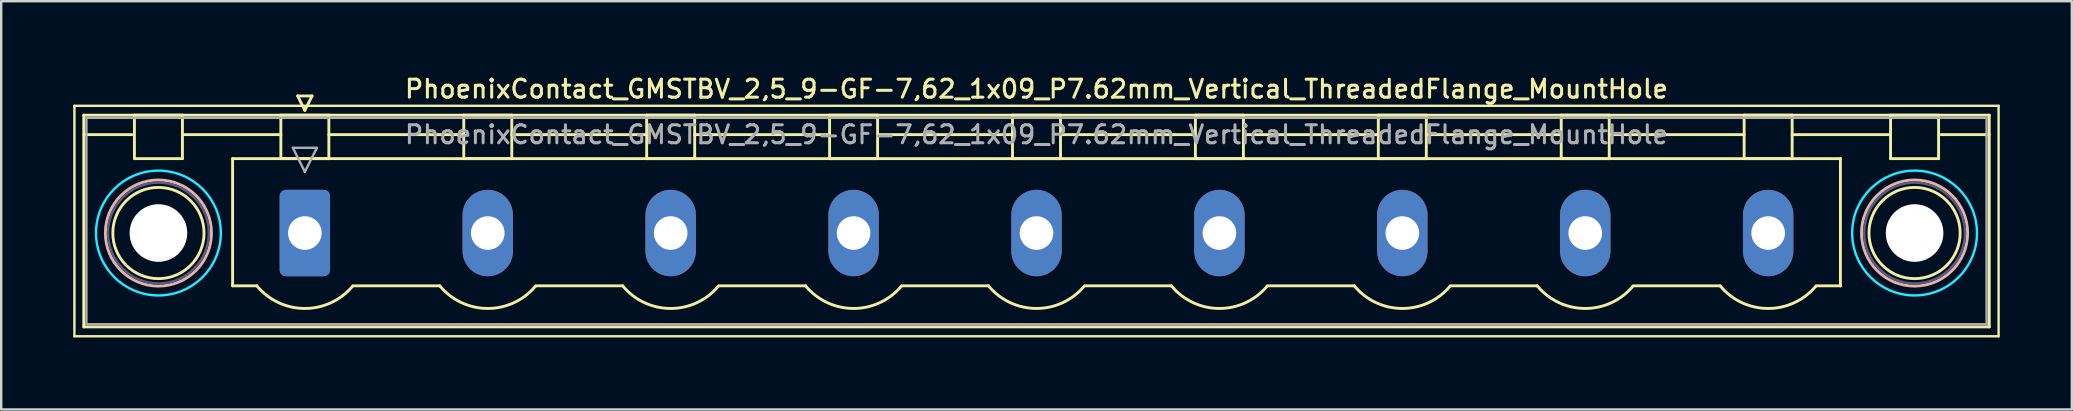
<source format=kicad_pcb>
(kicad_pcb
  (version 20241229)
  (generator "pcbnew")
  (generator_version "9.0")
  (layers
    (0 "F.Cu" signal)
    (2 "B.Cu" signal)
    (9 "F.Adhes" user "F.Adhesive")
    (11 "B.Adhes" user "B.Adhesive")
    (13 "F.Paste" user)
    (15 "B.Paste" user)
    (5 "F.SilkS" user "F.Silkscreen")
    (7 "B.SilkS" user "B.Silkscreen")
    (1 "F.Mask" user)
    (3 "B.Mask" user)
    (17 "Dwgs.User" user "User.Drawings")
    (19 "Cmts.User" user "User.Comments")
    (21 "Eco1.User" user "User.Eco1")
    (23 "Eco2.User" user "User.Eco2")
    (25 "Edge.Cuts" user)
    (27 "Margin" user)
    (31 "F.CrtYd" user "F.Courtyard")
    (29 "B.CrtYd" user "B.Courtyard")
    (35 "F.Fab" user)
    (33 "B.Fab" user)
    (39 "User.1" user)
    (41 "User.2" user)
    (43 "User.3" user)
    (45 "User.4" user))
  (footprint "PhoenixContact_GMSTBV_2,5_9-GF-7,62_1x09_P7.62mm_Vertical_ThreadedFlange_MountHole"
    (layer "F.Cu")
    (at 9.65 6.658)
    (property "Reference" "PhoenixContact_GMSTBV_2,5_9-GF-7,62_1x09_P7.62mm_Vertical_ThreadedFlange_MountHole" (at 30.48 -6 0) (layer "F.SilkS") (effects (font (size 0.75 0.75) (thickness 0.125))))
    (attr through_hole)
    (fp_line (start -9.6 -5.3) (end -9.6 4.3) (stroke (width 0.1) (type solid)) (layer "F.SilkS"))
    (fp_line (start -9.6 4.3) (end 70.56 4.3) (stroke (width 0.1) (type solid)) (layer "F.SilkS"))
    (fp_line (start -9.21 -4.91) (end -9.21 3.91) (stroke (width 0.12) (type solid)) (layer "F.SilkS"))
    (fp_line (start -9.21 -4.1) (end -7.21 -4.1) (stroke (width 0.12) (type solid)) (layer "F.SilkS"))
    (fp_line (start -9.21 3.91) (end 70.17 3.91) (stroke (width 0.12) (type solid)) (layer "F.SilkS"))
    (fp_line (start -7.1 -4.91) (end -5.1 -4.91) (stroke (width 0.12) (type solid)) (layer "F.SilkS"))
    (fp_line (start -7.1 -3.1) (end -7.1 -4.91) (stroke (width 0.12) (type solid)) (layer "F.SilkS"))
    (fp_line (start -5.1 -4.91) (end -5.1 -3.1) (stroke (width 0.12) (type solid)) (layer "F.SilkS"))
    (fp_line (start -5.1 -4.1) (end -1 -4.1) (stroke (width 0.12) (type solid)) (layer "F.SilkS"))
    (fp_line (start -5.1 -3.1) (end -7.1 -3.1) (stroke (width 0.12) (type solid)) (layer "F.SilkS"))
    (fp_line (start -3.01 -3.1) (end 63.97 -3.1) (stroke (width 0.12) (type solid)) (layer "F.SilkS"))
    (fp_line (start -3.01 2.2) (end -3.01 -3.1) (stroke (width 0.12) (type solid)) (layer "F.SilkS"))
    (fp_line (start -2 2.2) (end -3.01 2.2) (stroke (width 0.12) (type solid)) (layer "F.SilkS"))
    (fp_line (start -1 -4.91) (end 1 -4.91) (stroke (width 0.12) (type solid)) (layer "F.SilkS"))
    (fp_line (start -1 -3.1) (end -1 -4.91) (stroke (width 0.12) (type solid)) (layer "F.SilkS"))
    (fp_line (start -0.3 -5.71) (end 0.3 -5.71) (stroke (width 0.12) (type solid)) (layer "F.SilkS"))
    (fp_line (start 0 -5.11) (end -0.3 -5.71) (stroke (width 0.12) (type solid)) (layer "F.SilkS"))
    (fp_line (start 0.3 -5.71) (end 0 -5.11) (stroke (width 0.12) (type solid)) (layer "F.SilkS"))
    (fp_line (start 1 -4.91) (end 1 -3.1) (stroke (width 0.12) (type solid)) (layer "F.SilkS"))
    (fp_line (start 1 -4.1) (end 6.62 -4.1) (stroke (width 0.12) (type solid)) (layer "F.SilkS"))
    (fp_line (start 1 -3.1) (end -1 -3.1) (stroke (width 0.12) (type solid)) (layer "F.SilkS"))
    (fp_line (start 2 2.2) (end 5.62 2.2) (stroke (width 0.12) (type solid)) (layer "F.SilkS"))
    (fp_line (start 6.62 -4.91) (end 8.62 -4.91) (stroke (width 0.12) (type solid)) (layer "F.SilkS"))
    (fp_line (start 6.62 -3.1) (end 6.62 -4.91) (stroke (width 0.12) (type solid)) (layer "F.SilkS"))
    (fp_line (start 8.62 -4.91) (end 8.62 -3.1) (stroke (width 0.12) (type solid)) (layer "F.SilkS"))
    (fp_line (start 8.62 -4.1) (end 14.24 -4.1) (stroke (width 0.12) (type solid)) (layer "F.SilkS"))
    (fp_line (start 8.62 -3.1) (end 6.62 -3.1) (stroke (width 0.12) (type solid)) (layer "F.SilkS"))
    (fp_line (start 9.62 2.2) (end 13.24 2.2) (stroke (width 0.12) (type solid)) (layer "F.SilkS"))
    (fp_line (start 14.24 -4.91) (end 16.24 -4.91) (stroke (width 0.12) (type solid)) (layer "F.SilkS"))
    (fp_line (start 14.24 -3.1) (end 14.24 -4.91) (stroke (width 0.12) (type solid)) (layer "F.SilkS"))
    (fp_line (start 16.24 -4.91) (end 16.24 -3.1) (stroke (width 0.12) (type solid)) (layer "F.SilkS"))
    (fp_line (start 16.24 -4.1) (end 21.86 -4.1) (stroke (width 0.12) (type solid)) (layer "F.SilkS"))
    (fp_line (start 16.24 -3.1) (end 14.24 -3.1) (stroke (width 0.12) (type solid)) (layer "F.SilkS"))
    (fp_line (start 17.24 2.2) (end 20.86 2.2) (stroke (width 0.12) (type solid)) (layer "F.SilkS"))
    (fp_line (start 21.86 -4.91) (end 23.86 -4.91) (stroke (width 0.12) (type solid)) (layer "F.SilkS"))
    (fp_line (start 21.86 -3.1) (end 21.86 -4.91) (stroke (width 0.12) (type solid)) (layer "F.SilkS"))
    (fp_line (start 23.86 -4.91) (end 23.86 -3.1) (stroke (width 0.12) (type solid)) (layer "F.SilkS"))
    (fp_line (start 23.86 -4.1) (end 29.48 -4.1) (stroke (width 0.12) (type solid)) (layer "F.SilkS"))
    (fp_line (start 23.86 -3.1) (end 21.86 -3.1) (stroke (width 0.12) (type solid)) (layer "F.SilkS"))
    (fp_line (start 24.86 2.2) (end 28.48 2.2) (stroke (width 0.12) (type solid)) (layer "F.SilkS"))
    (fp_line (start 29.48 -4.91) (end 31.48 -4.91) (stroke (width 0.12) (type solid)) (layer "F.SilkS"))
    (fp_line (start 29.48 -3.1) (end 29.48 -4.91) (stroke (width 0.12) (type solid)) (layer "F.SilkS"))
    (fp_line (start 31.48 -4.91) (end 31.48 -3.1) (stroke (width 0.12) (type solid)) (layer "F.SilkS"))
    (fp_line (start 31.48 -4.1) (end 37.1 -4.1) (stroke (width 0.12) (type solid)) (layer "F.SilkS"))
    (fp_line (start 31.48 -3.1) (end 29.48 -3.1) (stroke (width 0.12) (type solid)) (layer "F.SilkS"))
    (fp_line (start 32.48 2.2) (end 36.1 2.2) (stroke (width 0.12) (type solid)) (layer "F.SilkS"))
    (fp_line (start 37.1 -4.91) (end 39.1 -4.91) (stroke (width 0.12) (type solid)) (layer "F.SilkS"))
    (fp_line (start 37.1 -3.1) (end 37.1 -4.91) (stroke (width 0.12) (type solid)) (layer "F.SilkS"))
    (fp_line (start 39.1 -4.91) (end 39.1 -3.1) (stroke (width 0.12) (type solid)) (layer "F.SilkS"))
    (fp_line (start 39.1 -4.1) (end 44.72 -4.1) (stroke (width 0.12) (type solid)) (layer "F.SilkS"))
    (fp_line (start 39.1 -3.1) (end 37.1 -3.1) (stroke (width 0.12) (type solid)) (layer "F.SilkS"))
    (fp_line (start 40.1 2.2) (end 43.72 2.2) (stroke (width 0.12) (type solid)) (layer "F.SilkS"))
    (fp_line (start 44.72 -4.91) (end 46.72 -4.91) (stroke (width 0.12) (type solid)) (layer "F.SilkS"))
    (fp_line (start 44.72 -3.1) (end 44.72 -4.91) (stroke (width 0.12) (type solid)) (layer "F.SilkS"))
    (fp_line (start 46.72 -4.91) (end 46.72 -3.1) (stroke (width 0.12) (type solid)) (layer "F.SilkS"))
    (fp_line (start 46.72 -4.1) (end 52.34 -4.1) (stroke (width 0.12) (type solid)) (layer "F.SilkS"))
    (fp_line (start 46.72 -3.1) (end 44.72 -3.1) (stroke (width 0.12) (type solid)) (layer "F.SilkS"))
    (fp_line (start 47.72 2.2) (end 51.34 2.2) (stroke (width 0.12) (type solid)) (layer "F.SilkS"))
    (fp_line (start 52.34 -4.91) (end 54.34 -4.91) (stroke (width 0.12) (type solid)) (layer "F.SilkS"))
    (fp_line (start 52.34 -3.1) (end 52.34 -4.91) (stroke (width 0.12) (type solid)) (layer "F.SilkS"))
    (fp_line (start 54.34 -4.91) (end 54.34 -3.1) (stroke (width 0.12) (type solid)) (layer "F.SilkS"))
    (fp_line (start 54.34 -4.1) (end 59.96 -4.1) (stroke (width 0.12) (type solid)) (layer "F.SilkS"))
    (fp_line (start 54.34 -3.1) (end 52.34 -3.1) (stroke (width 0.12) (type solid)) (layer "F.SilkS"))
    (fp_line (start 55.34 2.2) (end 58.96 2.2) (stroke (width 0.12) (type solid)) (layer "F.SilkS"))
    (fp_line (start 59.96 -4.91) (end 61.96 -4.91) (stroke (width 0.12) (type solid)) (layer "F.SilkS"))
    (fp_line (start 59.96 -3.1) (end 59.96 -4.91) (stroke (width 0.12) (type solid)) (layer "F.SilkS"))
    (fp_line (start 61.96 -4.91) (end 61.96 -3.1) (stroke (width 0.12) (type solid)) (layer "F.SilkS"))
    (fp_line (start 61.96 -4.1) (end 66.06 -4.1) (stroke (width 0.12) (type solid)) (layer "F.SilkS"))
    (fp_line (start 61.96 -3.1) (end 59.96 -3.1) (stroke (width 0.12) (type solid)) (layer "F.SilkS"))
    (fp_line (start 63.97 -3.1) (end 63.97 2.2) (stroke (width 0.12) (type solid)) (layer "F.SilkS"))
    (fp_line (start 63.97 2.2) (end 62.96 2.2) (stroke (width 0.12) (type solid)) (layer "F.SilkS"))
    (fp_line (start 66.06 -4.91) (end 68.06 -4.91) (stroke (width 0.12) (type solid)) (layer "F.SilkS"))
    (fp_line (start 66.06 -3.1) (end 66.06 -4.91) (stroke (width 0.12) (type solid)) (layer "F.SilkS"))
    (fp_line (start 68.06 -4.91) (end 68.06 -3.1) (stroke (width 0.12) (type solid)) (layer "F.SilkS"))
    (fp_line (start 68.06 -3.1) (end 66.06 -3.1) (stroke (width 0.12) (type solid)) (layer "F.SilkS"))
    (fp_line (start 70.17 -4.91) (end -9.21 -4.91) (stroke (width 0.12) (type solid)) (layer "F.SilkS"))
    (fp_line (start 70.17 -4.1) (end 68.17 -4.1) (stroke (width 0.12) (type solid)) (layer "F.SilkS"))
    (fp_line (start 70.17 3.91) (end 70.17 -4.91) (stroke (width 0.12) (type solid)) (layer "F.SilkS"))
    (fp_line (start 70.56 -5.3) (end -9.6 -5.3) (stroke (width 0.1) (type solid)) (layer "F.SilkS"))
    (fp_line (start 70.56 4.3) (end 70.56 -5.3) (stroke (width 0.1) (type solid)) (layer "F.SilkS"))
    (fp_arc (start 1.986842 2.215821) (mid -0.010289 3.142758) (end -2 2.2) (stroke (width 0.12) (type solid)) (layer "F.SilkS"))
    (fp_arc (start 9.606842 2.215821) (mid 7.609711 3.142758) (end 5.62 2.2) (stroke (width 0.12) (type solid)) (layer "F.SilkS"))
    (fp_arc (start 17.226842 2.215821) (mid 15.229711 3.142758) (end 13.24 2.2) (stroke (width 0.12) (type solid)) (layer "F.SilkS"))
    (fp_arc (start 24.846842 2.215821) (mid 22.849711 3.142758) (end 20.86 2.2) (stroke (width 0.12) (type solid)) (layer "F.SilkS"))
    (fp_arc (start 32.466842 2.215821) (mid 30.469711 3.142758) (end 28.48 2.2) (stroke (width 0.12) (type solid)) (layer "F.SilkS"))
    (fp_arc (start 40.086842 2.215821) (mid 38.089711 3.142758) (end 36.1 2.2) (stroke (width 0.12) (type solid)) (layer "F.SilkS"))
    (fp_arc (start 47.706842 2.215821) (mid 45.709711 3.142758) (end 43.72 2.2) (stroke (width 0.12) (type solid)) (layer "F.SilkS"))
    (fp_arc (start 55.326842 2.215821) (mid 53.329711 3.142758) (end 51.34 2.2) (stroke (width 0.12) (type solid)) (layer "F.SilkS"))
    (fp_arc (start 62.946842 2.215821) (mid 60.949711 3.142758) (end 58.96 2.2) (stroke (width 0.12) (type solid)) (layer "F.SilkS"))
    (fp_circle (center -6.1 0) (end -4.2 0) (stroke (width 0.12) (type solid)) (fill no) (layer "F.SilkS"))
    (fp_circle (center 67.06 0) (end 68.96 0) (stroke (width 0.12) (type solid)) (fill no) (layer "F.SilkS"))
    (fp_circle (center -6.1 0) (end -3.89 0) (stroke (width 0.12) (type solid)) (fill no) (layer "B.SilkS"))
    (fp_circle (center 67.06 0) (end 69.27 0) (stroke (width 0.12) (type solid)) (fill no) (layer "B.SilkS"))
    (fp_circle (center -6.1 0) (end -3.5 0) (stroke (width 0.1) (type solid)) (fill no) (layer "B.CrtYd"))
    (fp_circle (center 67.06 0) (end 69.66 0) (stroke (width 0.1) (type solid)) (fill no) (layer "B.CrtYd"))
    (fp_circle (center -6.1 0) (end -4 0) (stroke (width 0.1) (type solid)) (fill no) (layer "B.Fab"))
    (fp_circle (center 67.06 0) (end 69.16 0) (stroke (width 0.1) (type solid)) (fill no) (layer "B.Fab"))
    (fp_line (start -9.1 -4.8) (end -9.1 3.8) (stroke (width 0.1) (type solid)) (layer "F.Fab"))
    (fp_line (start -9.1 3.8) (end 70.06 3.8) (stroke (width 0.1) (type solid)) (layer "F.Fab"))
    (fp_line (start -0.5 -3.55) (end 0.5 -3.55) (stroke (width 0.1) (type solid)) (layer "F.Fab"))
    (fp_line (start 0 -2.55) (end -0.5 -3.55) (stroke (width 0.1) (type solid)) (layer "F.Fab"))
    (fp_line (start 0.5 -3.55) (end 0 -2.55) (stroke (width 0.1) (type solid)) (layer "F.Fab"))
    (fp_line (start 70.06 -4.8) (end -9.1 -4.8) (stroke (width 0.1) (type solid)) (layer "F.Fab"))
    (fp_line (start 70.06 3.8) (end 70.06 -4.8) (stroke (width 0.1) (type solid)) (layer "F.Fab"))
    (fp_text user "${REFERENCE}" (at 30.48 -4.1 0) (layer "F.Fab") (effects (font (size 0.75 0.75) (thickness 0.125))))
    (pad "" np_thru_hole circle (at -6.1 0) (size 2.4 2.4) (drill 2.4) (layers "*.Cu" "*.Mask"))
    (pad "" np_thru_hole circle (at 67.06 0) (size 2.4 2.4) (drill 2.4) (layers "*.Cu" "*.Mask"))
    (pad "1" thru_hole roundrect (at 0 0) (size 2.1 3.6) (drill 1.4) (layers "*.Cu" "*.Mask") (roundrect_rratio 0.119))
    (pad "2" thru_hole oval (at 7.62 0) (size 2.1 3.6) (drill 1.4) (layers "*.Cu" "*.Mask"))
    (pad "3" thru_hole oval (at 15.24 0) (size 2.1 3.6) (drill 1.4) (layers "*.Cu" "*.Mask"))
    (pad "4" thru_hole oval (at 22.86 0) (size 2.1 3.6) (drill 1.4) (layers "*.Cu" "*.Mask"))
    (pad "5" thru_hole oval (at 30.48 0) (size 2.1 3.6) (drill 1.4) (layers "*.Cu" "*.Mask"))
    (pad "6" thru_hole oval (at 38.1 0) (size 2.1 3.6) (drill 1.4) (layers "*.Cu" "*.Mask"))
    (pad "7" thru_hole oval (at 45.72 0) (size 2.1 3.6) (drill 1.4) (layers "*.Cu" "*.Mask"))
    (pad "8" thru_hole oval (at 53.34 0) (size 2.1 3.6) (drill 1.4) (layers "*.Cu" "*.Mask"))
    (pad "9" thru_hole oval (at 60.96 0) (size 2.1 3.6) (drill 1.4) (layers "*.Cu" "*.Mask")))
  (gr_rect
    (start -3 -3)
    (end 83.26 14.008)
    (stroke (width 0.1) (type default))
    (fill no)
    (layer "Edge.Cuts")))
</source>
